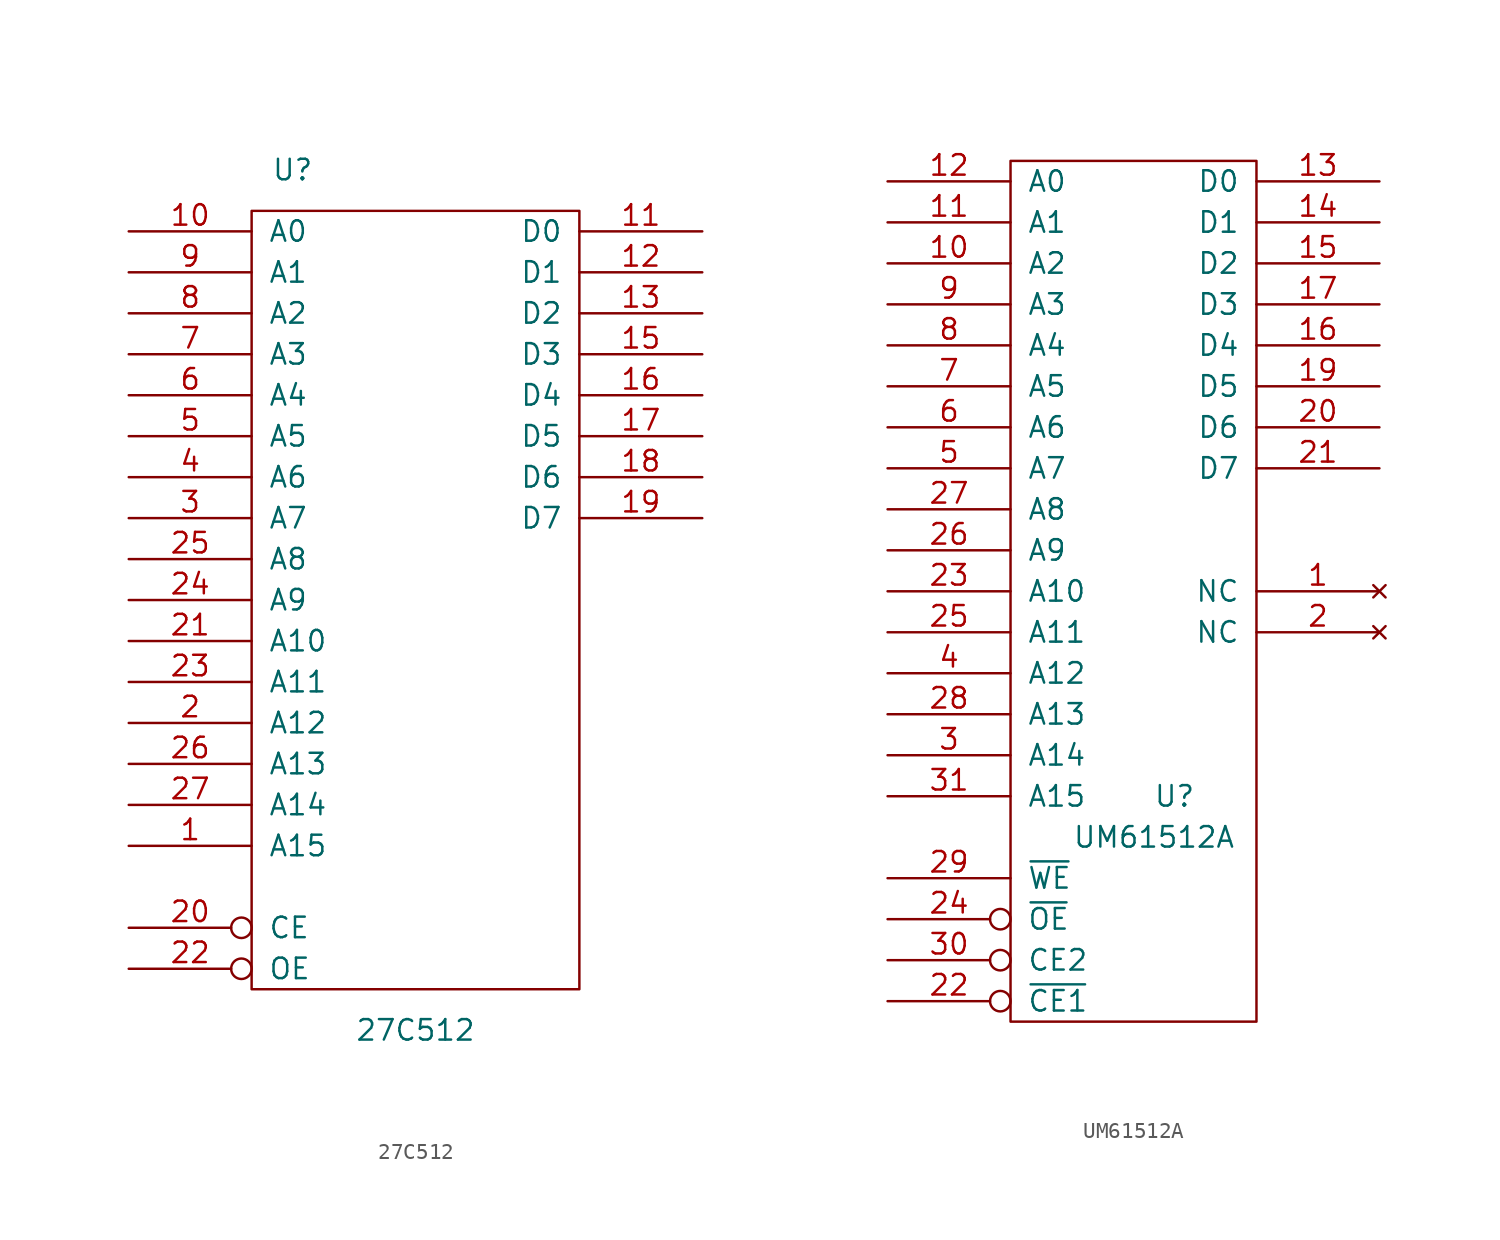
<source format=kicad_sym>
(kicad_symbol_lib
  (version 20231120)
  (generator "kicad_symbol_editor")
  (generator_version "8.0")
  (symbol "27C512"
    (pin_names
      (offset 1.016))
    (property "Reference" "U"
      (at -7.62 26.67 0)
      (effects (font (size 1.27 1.27))))
    (property "Value" "27C512"
      (at 0 -26.67 0)
      (effects (font (size 1.27 1.27))))
    (property "Footprint" ""
      (at 0 0 0)
      (effects (font (size 1.27 1.27))))
    (property "Datasheet" ""
      (at 0 0 0)
      (effects (font (size 1.27 1.27))))
    (symbol "27C512_0_0"
      (pin power_in line (at 0 -25.4 90) (length 1.27) hide (name "GND" (effects (font (size 1.27 1.27)))) (number "14" (effects (font (size 1.27 1.27)))))
      (pin power_in line (at 0 25.4 270) (length 1.27) hide (name "VCC" (effects (font (size 1.27 1.27)))) (number "28" (effects (font (size 1.27 1.27))))))
    (symbol "27C512_0_1"
      (rectangle (start -10.16 24.13) (end 10.16 -24.13) (stroke (width 0) (type solid)) (fill (type none))))
    (symbol "27C512_1_1"
      (pin input line (at -17.78 -15.24 0) (length 7.62) (name "A15" (effects (font (size 1.27 1.27)))) (number "1" (effects (font (size 1.27 1.27)))))
      (pin input line (at -17.78 22.86 0) (length 7.62) (name "A0" (effects (font (size 1.27 1.27)))) (number "10" (effects (font (size 1.27 1.27)))))
      (pin tri_state line (at 17.78 22.86 180) (length 7.62) (name "D0" (effects (font (size 1.27 1.27)))) (number "11" (effects (font (size 1.27 1.27)))))
      (pin tri_state line (at 17.78 20.32 180) (length 7.62) (name "D1" (effects (font (size 1.27 1.27)))) (number "12" (effects (font (size 1.27 1.27)))))
      (pin tri_state line (at 17.78 17.78 180) (length 7.62) (name "D2" (effects (font (size 1.27 1.27)))) (number "13" (effects (font (size 1.27 1.27)))))
      (pin tri_state line (at 17.78 15.24 180) (length 7.62) (name "D3" (effects (font (size 1.27 1.27)))) (number "15" (effects (font (size 1.27 1.27)))))
      (pin tri_state line (at 17.78 12.7 180) (length 7.62) (name "D4" (effects (font (size 1.27 1.27)))) (number "16" (effects (font (size 1.27 1.27)))))
      (pin tri_state line (at 17.78 10.16 180) (length 7.62) (name "D5" (effects (font (size 1.27 1.27)))) (number "17" (effects (font (size 1.27 1.27)))))
      (pin tri_state line (at 17.78 7.62 180) (length 7.62) (name "D6" (effects (font (size 1.27 1.27)))) (number "18" (effects (font (size 1.27 1.27)))))
      (pin tri_state line (at 17.78 5.08 180) (length 7.62) (name "D7" (effects (font (size 1.27 1.27)))) (number "19" (effects (font (size 1.27 1.27)))))
      (pin input line (at -17.78 -7.62 0) (length 7.62) (name "A12" (effects (font (size 1.27 1.27)))) (number "2" (effects (font (size 1.27 1.27)))))
      (pin input inverted (at -17.78 -20.32 0) (length 7.62) (name "CE" (effects (font (size 1.27 1.27)))) (number "20" (effects (font (size 1.27 1.27)))))
      (pin input line (at -17.78 -2.54 0) (length 7.62) (name "A10" (effects (font (size 1.27 1.27)))) (number "21" (effects (font (size 1.27 1.27)))))
      (pin input inverted (at -17.78 -22.86 0) (length 7.62) (name "OE" (effects (font (size 1.27 1.27)))) (number "22" (effects (font (size 1.27 1.27)))))
      (pin input line (at -17.78 -5.08 0) (length 7.62) (name "A11" (effects (font (size 1.27 1.27)))) (number "23" (effects (font (size 1.27 1.27)))))
      (pin input line (at -17.78 0 0) (length 7.62) (name "A9" (effects (font (size 1.27 1.27)))) (number "24" (effects (font (size 1.27 1.27)))))
      (pin input line (at -17.78 2.54 0) (length 7.62) (name "A8" (effects (font (size 1.27 1.27)))) (number "25" (effects (font (size 1.27 1.27)))))
      (pin input line (at -17.78 -10.16 0) (length 7.62) (name "A13" (effects (font (size 1.27 1.27)))) (number "26" (effects (font (size 1.27 1.27)))))
      (pin input line (at -17.78 -12.7 0) (length 7.62) (name "A14" (effects (font (size 1.27 1.27)))) (number "27" (effects (font (size 1.27 1.27)))))
      (pin input line (at -17.78 5.08 0) (length 7.62) (name "A7" (effects (font (size 1.27 1.27)))) (number "3" (effects (font (size 1.27 1.27)))))
      (pin input line (at -17.78 7.62 0) (length 7.62) (name "A6" (effects (font (size 1.27 1.27)))) (number "4" (effects (font (size 1.27 1.27)))))
      (pin input line (at -17.78 10.16 0) (length 7.62) (name "A5" (effects (font (size 1.27 1.27)))) (number "5" (effects (font (size 1.27 1.27)))))
      (pin input line (at -17.78 12.7 0) (length 7.62) (name "A4" (effects (font (size 1.27 1.27)))) (number "6" (effects (font (size 1.27 1.27)))))
      (pin input line (at -17.78 15.24 0) (length 7.62) (name "A3" (effects (font (size 1.27 1.27)))) (number "7" (effects (font (size 1.27 1.27)))))
      (pin input line (at -17.78 17.78 0) (length 7.62) (name "A2" (effects (font (size 1.27 1.27)))) (number "8" (effects (font (size 1.27 1.27)))))
      (pin input line (at -17.78 20.32 0) (length 7.62) (name "A1" (effects (font (size 1.27 1.27)))) (number "9" (effects (font (size 1.27 1.27)))))))
  (symbol "UM61512A"
    (pin_names
      (offset 1.016))
    (property "Reference" "U"
      (at 2.54 -15.24 0)
      (effects (font (size 1.27 1.27))))
    (property "Value" "UM61512A"
      (at 1.27 -17.78 0)
      (effects (font (size 1.27 1.27))))
    (property "Footprint" ""
      (at 2.54 0 0)
      (effects (font (size 1.27 1.27))))
    (property "Datasheet" ""
      (at 2.54 0 0)
      (effects (font (size 1.27 1.27))))
    (symbol "UM61512A_0_0"
      (pin power_in line (at 0 -29.21 90) (length 1.27) hide (name "GND" (effects (font (size 1.27 1.27)))) (number "16" (effects (font (size 1.27 1.27)))))
      (pin power_in line (at 0 24.13 270) (length 1.27) hide (name "VCC" (effects (font (size 1.27 1.27)))) (number "28" (effects (font (size 1.27 1.27))))))
    (symbol "UM61512A_0_1"
      (rectangle (start -7.62 24.13) (end 7.62 -29.21) (stroke (width 0) (type solid)) (fill (type none))))
    (symbol "UM61512A_1_1"
      (pin no_connect line (at 15.24 -2.54 180) (length 7.62) (name "NC" (effects (font (size 1.27 1.27)))) (number "1" (effects (font (size 1.27 1.27)))))
      (pin input line (at -15.24 17.78 0) (length 7.62) (name "A2" (effects (font (size 1.27 1.27)))) (number "10" (effects (font (size 1.27 1.27)))))
      (pin input line (at -15.24 20.32 0) (length 7.62) (name "A1" (effects (font (size 1.27 1.27)))) (number "11" (effects (font (size 1.27 1.27)))))
      (pin input line (at -15.24 22.86 0) (length 7.62) (name "A0" (effects (font (size 1.27 1.27)))) (number "12" (effects (font (size 1.27 1.27)))))
      (pin tri_state line (at 15.24 22.86 180) (length 7.62) (name "D0" (effects (font (size 1.27 1.27)))) (number "13" (effects (font (size 1.27 1.27)))))
      (pin tri_state line (at 15.24 20.32 180) (length 7.62) (name "D1" (effects (font (size 1.27 1.27)))) (number "14" (effects (font (size 1.27 1.27)))))
      (pin tri_state line (at 15.24 17.78 180) (length 7.62) (name "D2" (effects (font (size 1.27 1.27)))) (number "15" (effects (font (size 1.27 1.27)))))
      (pin tri_state line (at 15.24 12.7 180) (length 7.62) (name "D4" (effects (font (size 1.27 1.27)))) (number "16" (effects (font (size 1.27 1.27)))))
      (pin tri_state line (at 15.24 15.24 180) (length 7.62) (name "D3" (effects (font (size 1.27 1.27)))) (number "17" (effects (font (size 1.27 1.27)))))
      (pin tri_state line (at 15.24 10.16 180) (length 7.62) (name "D5" (effects (font (size 1.27 1.27)))) (number "19" (effects (font (size 1.27 1.27)))))
      (pin no_connect line (at 15.24 -5.08 180) (length 7.62) (name "NC" (effects (font (size 1.27 1.27)))) (number "2" (effects (font (size 1.27 1.27)))))
      (pin tri_state line (at 15.24 7.62 180) (length 7.62) (name "D6" (effects (font (size 1.27 1.27)))) (number "20" (effects (font (size 1.27 1.27)))))
      (pin tri_state line (at 15.24 5.08 180) (length 7.62) (name "D7" (effects (font (size 1.27 1.27)))) (number "21" (effects (font (size 1.27 1.27)))))
      (pin input inverted (at -15.24 -27.94 0) (length 7.62) (name "~{CE1}" (effects (font (size 1.27 1.27)))) (number "22" (effects (font (size 1.27 1.27)))))
      (pin input line (at -15.24 -2.54 0) (length 7.62) (name "A10" (effects (font (size 1.27 1.27)))) (number "23" (effects (font (size 1.27 1.27)))))
      (pin input inverted (at -15.24 -22.86 0) (length 7.62) (name "~{OE}" (effects (font (size 1.27 1.27)))) (number "24" (effects (font (size 1.27 1.27)))))
      (pin input line (at -15.24 -5.08 0) (length 7.62) (name "A11" (effects (font (size 1.27 1.27)))) (number "25" (effects (font (size 1.27 1.27)))))
      (pin input line (at -15.24 0 0) (length 7.62) (name "A9" (effects (font (size 1.27 1.27)))) (number "26" (effects (font (size 1.27 1.27)))))
      (pin input line (at -15.24 2.54 0) (length 7.62) (name "A8" (effects (font (size 1.27 1.27)))) (number "27" (effects (font (size 1.27 1.27)))))
      (pin input line (at -15.24 -10.16 0) (length 7.62) (name "A13" (effects (font (size 1.27 1.27)))) (number "28" (effects (font (size 1.27 1.27)))))
      (pin input line (at -15.24 -20.32 0) (length 7.62) (name "~{WE}" (effects (font (size 1.27 1.27)))) (number "29" (effects (font (size 1.27 1.27)))))
      (pin input line (at -15.24 -12.7 0) (length 7.62) (name "A14" (effects (font (size 1.27 1.27)))) (number "3" (effects (font (size 1.27 1.27)))))
      (pin input inverted (at -15.24 -25.4 0) (length 7.62) (name "CE2" (effects (font (size 1.27 1.27)))) (number "30" (effects (font (size 1.27 1.27)))))
      (pin input line (at -15.24 -15.24 0) (length 7.62) (name "A15" (effects (font (size 1.27 1.27)))) (number "31" (effects (font (size 1.27 1.27)))))
      (pin input line (at -15.24 -7.62 0) (length 7.62) (name "A12" (effects (font (size 1.27 1.27)))) (number "4" (effects (font (size 1.27 1.27)))))
      (pin input line (at -15.24 5.08 0) (length 7.62) (name "A7" (effects (font (size 1.27 1.27)))) (number "5" (effects (font (size 1.27 1.27)))))
      (pin input line (at -15.24 7.62 0) (length 7.62) (name "A6" (effects (font (size 1.27 1.27)))) (number "6" (effects (font (size 1.27 1.27)))))
      (pin input line (at -15.24 10.16 0) (length 7.62) (name "A5" (effects (font (size 1.27 1.27)))) (number "7" (effects (font (size 1.27 1.27)))))
      (pin input line (at -15.24 12.7 0) (length 7.62) (name "A4" (effects (font (size 1.27 1.27)))) (number "8" (effects (font (size 1.27 1.27)))))
      (pin input line (at -15.24 15.24 0) (length 7.62) (name "A3" (effects (font (size 1.27 1.27)))) (number "9" (effects (font (size 1.27 1.27))))))))
</source>
